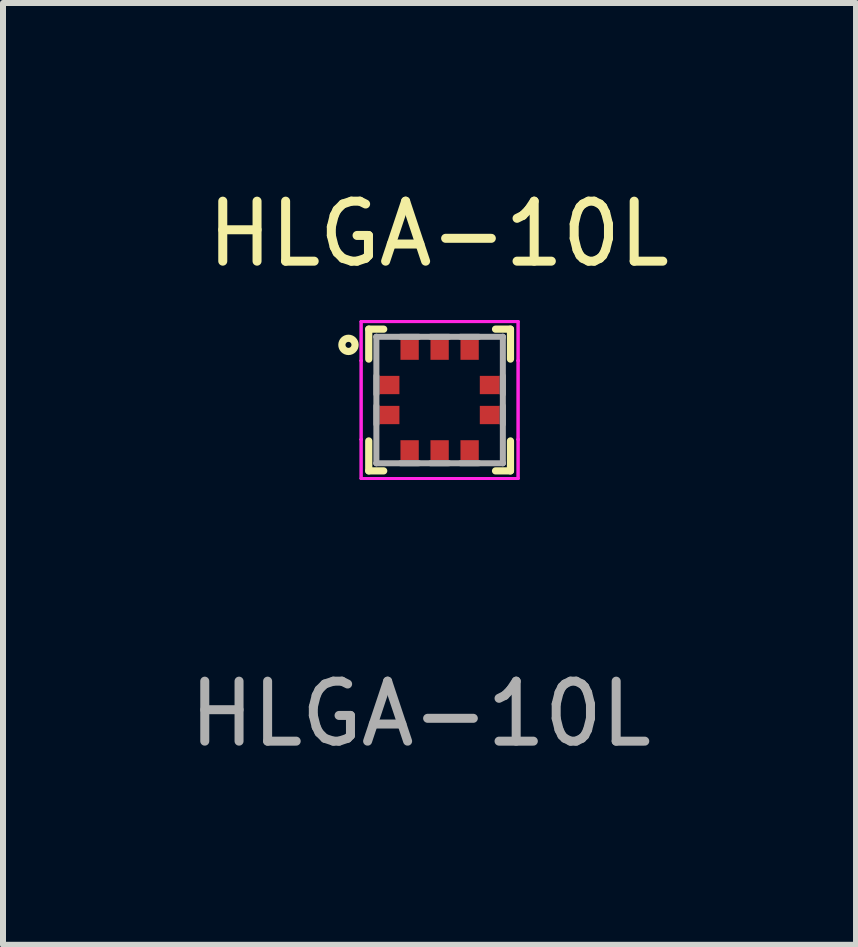
<source format=kicad_pcb>
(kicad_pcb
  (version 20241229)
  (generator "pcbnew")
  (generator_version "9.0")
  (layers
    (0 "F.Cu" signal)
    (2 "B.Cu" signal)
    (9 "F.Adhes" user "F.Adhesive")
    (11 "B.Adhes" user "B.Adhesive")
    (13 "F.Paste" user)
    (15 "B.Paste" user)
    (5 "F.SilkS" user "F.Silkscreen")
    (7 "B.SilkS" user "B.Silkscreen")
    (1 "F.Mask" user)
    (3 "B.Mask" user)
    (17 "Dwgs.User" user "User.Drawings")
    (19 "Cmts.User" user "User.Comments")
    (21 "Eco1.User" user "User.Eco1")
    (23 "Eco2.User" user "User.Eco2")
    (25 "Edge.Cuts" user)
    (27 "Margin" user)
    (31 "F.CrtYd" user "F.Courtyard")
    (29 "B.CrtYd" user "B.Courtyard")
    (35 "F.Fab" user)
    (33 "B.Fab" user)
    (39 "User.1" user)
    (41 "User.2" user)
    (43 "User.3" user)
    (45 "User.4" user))
  (footprint "HLGA-10L"
    (layer "F.Cu")
    (at 4.258 3.598)
    (property "Reference" "HLGA-10L" (at 0 -2.75 0) (unlocked yes) (layer "F.SilkS") (effects (font (size 1 1) (thickness 0.15))))
    (attr smd)
    (fp_line (start -1.162 -1.162) (end -1.162 -0.663) (stroke (width 0.12) (type solid)) (layer "F.SilkS"))
    (fp_line (start -1.162 0.701) (end -1.162 1.2) (stroke (width 0.12) (type solid)) (layer "F.SilkS"))
    (fp_line (start -1.162 1.2) (end -0.913 1.2) (stroke (width 0.12) (type solid)) (layer "F.SilkS"))
    (fp_line (start -0.913 -1.162) (end -1.162 -1.162) (stroke (width 0.12) (type solid)) (layer "F.SilkS"))
    (fp_line (start 0.951 1.2) (end 1.2 1.2) (stroke (width 0.12) (type solid)) (layer "F.SilkS"))
    (fp_line (start 1.2 -1.162) (end 0.951 -1.162) (stroke (width 0.12) (type solid)) (layer "F.SilkS"))
    (fp_line (start 1.2 -0.663) (end 1.2 -1.162) (stroke (width 0.12) (type solid)) (layer "F.SilkS"))
    (fp_line (start 1.2 1.2) (end 1.2 0.701) (stroke (width 0.12) (type solid)) (layer "F.SilkS"))
    (fp_circle (center -1.5 -0.9) (end -1.45 -0.9) (stroke (width 0.12) (type solid)) (fill no) (layer "F.SilkS"))
    (fp_line (start -1.289 -1.289) (end -0.887 -1.289) (stroke (width 0.05) (type solid)) (layer "F.CrtYd"))
    (fp_line (start -1.289 -1.289) (end -0.887 -1.289) (stroke (width 0.05) (type solid)) (layer "F.CrtYd"))
    (fp_line (start -1.289 -0.637) (end -1.289 -1.289) (stroke (width 0.05) (type solid)) (layer "F.CrtYd"))
    (fp_line (start -1.289 -0.637) (end -1.289 -1.289) (stroke (width 0.05) (type solid)) (layer "F.CrtYd"))
    (fp_line (start -1.289 -0.637) (end -1.289 -0.637) (stroke (width 0.05) (type solid)) (layer "F.CrtYd"))
    (fp_line (start -1.289 -0.637) (end -1.289 -0.637) (stroke (width 0.05) (type solid)) (layer "F.CrtYd"))
    (fp_line (start -1.289 0.676) (end -1.289 -0.637) (stroke (width 0.05) (type solid)) (layer "F.CrtYd"))
    (fp_line (start -1.289 0.676) (end -1.289 -0.637) (stroke (width 0.05) (type solid)) (layer "F.CrtYd"))
    (fp_line (start -1.289 0.676) (end -1.289 0.676) (stroke (width 0.05) (type solid)) (layer "F.CrtYd"))
    (fp_line (start -1.289 0.676) (end -1.289 0.676) (stroke (width 0.05) (type solid)) (layer "F.CrtYd"))
    (fp_line (start -1.289 1.327) (end -1.289 0.676) (stroke (width 0.05) (type solid)) (layer "F.CrtYd"))
    (fp_line (start -1.289 1.327) (end -1.289 0.676) (stroke (width 0.05) (type solid)) (layer "F.CrtYd"))
    (fp_line (start -0.887 -1.289) (end -0.887 -1.289) (stroke (width 0.05) (type solid)) (layer "F.CrtYd"))
    (fp_line (start -0.887 -1.289) (end -0.887 -1.289) (stroke (width 0.05) (type solid)) (layer "F.CrtYd"))
    (fp_line (start -0.887 -1.289) (end 0.926 -1.289) (stroke (width 0.05) (type solid)) (layer "F.CrtYd"))
    (fp_line (start -0.887 -1.289) (end 0.926 -1.289) (stroke (width 0.05) (type solid)) (layer "F.CrtYd"))
    (fp_line (start -0.887 1.327) (end -1.289 1.327) (stroke (width 0.05) (type solid)) (layer "F.CrtYd"))
    (fp_line (start -0.887 1.327) (end -1.289 1.327) (stroke (width 0.05) (type solid)) (layer "F.CrtYd"))
    (fp_line (start -0.887 1.327) (end -0.887 1.327) (stroke (width 0.05) (type solid)) (layer "F.CrtYd"))
    (fp_line (start -0.887 1.327) (end -0.887 1.327) (stroke (width 0.05) (type solid)) (layer "F.CrtYd"))
    (fp_line (start 0.926 -1.289) (end 0.926 -1.289) (stroke (width 0.05) (type solid)) (layer "F.CrtYd"))
    (fp_line (start 0.926 -1.289) (end 0.926 -1.289) (stroke (width 0.05) (type solid)) (layer "F.CrtYd"))
    (fp_line (start 0.926 -1.289) (end 1.327 -1.289) (stroke (width 0.05) (type solid)) (layer "F.CrtYd"))
    (fp_line (start 0.926 -1.289) (end 1.327 -1.289) (stroke (width 0.05) (type solid)) (layer "F.CrtYd"))
    (fp_line (start 0.926 1.327) (end -0.887 1.327) (stroke (width 0.05) (type solid)) (layer "F.CrtYd"))
    (fp_line (start 0.926 1.327) (end -0.887 1.327) (stroke (width 0.05) (type solid)) (layer "F.CrtYd"))
    (fp_line (start 0.926 1.327) (end 0.926 1.327) (stroke (width 0.05) (type solid)) (layer "F.CrtYd"))
    (fp_line (start 0.926 1.327) (end 0.926 1.327) (stroke (width 0.05) (type solid)) (layer "F.CrtYd"))
    (fp_line (start 1.327 -1.289) (end 1.327 -0.637) (stroke (width 0.05) (type solid)) (layer "F.CrtYd"))
    (fp_line (start 1.327 -1.289) (end 1.327 -0.637) (stroke (width 0.05) (type solid)) (layer "F.CrtYd"))
    (fp_line (start 1.327 -0.637) (end 1.327 -0.637) (stroke (width 0.05) (type solid)) (layer "F.CrtYd"))
    (fp_line (start 1.327 -0.637) (end 1.327 -0.637) (stroke (width 0.05) (type solid)) (layer "F.CrtYd"))
    (fp_line (start 1.327 -0.637) (end 1.327 0.676) (stroke (width 0.05) (type solid)) (layer "F.CrtYd"))
    (fp_line (start 1.327 -0.637) (end 1.327 0.676) (stroke (width 0.05) (type solid)) (layer "F.CrtYd"))
    (fp_line (start 1.327 0.676) (end 1.327 0.676) (stroke (width 0.05) (type solid)) (layer "F.CrtYd"))
    (fp_line (start 1.327 0.676) (end 1.327 0.676) (stroke (width 0.05) (type solid)) (layer "F.CrtYd"))
    (fp_line (start 1.327 0.676) (end 1.327 1.327) (stroke (width 0.05) (type solid)) (layer "F.CrtYd"))
    (fp_line (start 1.327 0.676) (end 1.327 1.327) (stroke (width 0.05) (type solid)) (layer "F.CrtYd"))
    (fp_line (start 1.327 1.327) (end 0.926 1.327) (stroke (width 0.05) (type solid)) (layer "F.CrtYd"))
    (fp_line (start 1.327 1.327) (end 0.926 1.327) (stroke (width 0.05) (type solid)) (layer "F.CrtYd"))
    (fp_line (start -1.035 -1.035) (end -1.035 -1.035) (stroke (width 0.1) (type solid)) (layer "F.Fab"))
    (fp_line (start -1.035 -1.035) (end -1.035 1.073) (stroke (width 0.1) (type solid)) (layer "F.Fab"))
    (fp_line (start -1.035 -0.079) (end -1.035 -0.383) (stroke (width 0.1) (type solid)) (layer "F.Fab"))
    (fp_line (start -1.035 0.422) (end -1.035 0.117) (stroke (width 0.1) (type solid)) (layer "F.Fab"))
    (fp_line (start -1.035 1.073) (end -1.035 1.073) (stroke (width 0.1) (type solid)) (layer "F.Fab"))
    (fp_line (start -1.035 1.073) (end 1.073 1.073) (stroke (width 0.1) (type solid)) (layer "F.Fab"))
    (fp_line (start -0.633 -1.035) (end -0.329 -1.035) (stroke (width 0.1) (type solid)) (layer "F.Fab"))
    (fp_line (start -0.329 1.073) (end -0.633 1.073) (stroke (width 0.1) (type solid)) (layer "F.Fab"))
    (fp_line (start -0.133 -1.035) (end 0.172 -1.035) (stroke (width 0.1) (type solid)) (layer "F.Fab"))
    (fp_line (start 0.172 1.073) (end -0.133 1.073) (stroke (width 0.1) (type solid)) (layer "F.Fab"))
    (fp_line (start 0.367 -1.035) (end 0.672 -1.035) (stroke (width 0.1) (type solid)) (layer "F.Fab"))
    (fp_line (start 0.672 1.073) (end 0.367 1.073) (stroke (width 0.1) (type solid)) (layer "F.Fab"))
    (fp_line (start 1.073 -1.035) (end -1.035 -1.035) (stroke (width 0.1) (type solid)) (layer "F.Fab"))
    (fp_line (start 1.073 -1.035) (end 1.073 -1.035) (stroke (width 0.1) (type solid)) (layer "F.Fab"))
    (fp_line (start 1.073 -0.383) (end 1.073 -0.079) (stroke (width 0.1) (type solid)) (layer "F.Fab"))
    (fp_line (start 1.073 0.117) (end 1.073 0.422) (stroke (width 0.1) (type solid)) (layer "F.Fab"))
    (fp_line (start 1.073 1.073) (end 1.073 -1.035) (stroke (width 0.1) (type solid)) (layer "F.Fab"))
    (fp_line (start 1.073 1.073) (end 1.073 1.073) (stroke (width 0.1) (type solid)) (layer "F.Fab"))
    (fp_text user "${REFERENCE}" (at -0.3 5.25 0) (unlocked yes) (layer "F.Fab") (effects (font (size 1 1) (thickness 0.15))))
    (pad "1" smd rect (at -0.816 -0.231 90) (size 0.305 0.33) (layers "F.Cu" "F.Mask" "F.Paste"))
    (pad "2" smd rect (at -0.816 0.269 90) (size 0.305 0.33) (layers "F.Cu" "F.Mask" "F.Paste"))
    (pad "3" smd rect (at -0.481 0.854) (size 0.305 0.33) (layers "F.Cu" "F.Mask" "F.Paste"))
    (pad "4" smd rect (at 0.019 0.854) (size 0.305 0.33) (layers "F.Cu" "F.Mask" "F.Paste"))
    (pad "5" smd rect (at 0.519 0.854) (size 0.305 0.33) (layers "F.Cu" "F.Mask" "F.Paste"))
    (pad "6" smd rect (at 0.854 0.269 90) (size 0.305 0.33) (layers "F.Cu" "F.Mask" "F.Paste"))
    (pad "7" smd rect (at 0.854 -0.231 90) (size 0.305 0.33) (layers "F.Cu" "F.Mask" "F.Paste"))
    (pad "8" smd rect (at 0.519 -0.816) (size 0.305 0.33) (layers "F.Cu" "F.Mask" "F.Paste"))
    (pad "9" smd rect (at 0.019 -0.816) (size 0.305 0.33) (layers "F.Cu" "F.Mask" "F.Paste"))
    (pad "10" smd rect (at -0.481 -0.816) (size 0.305 0.33) (layers "F.Cu" "F.Mask" "F.Paste")))
  (gr_rect
    (start -3 -3)
    (end 11.217 12.697)
    (stroke (width 0.1) (type default))
    (fill no)
    (layer "Edge.Cuts")))
</source>
